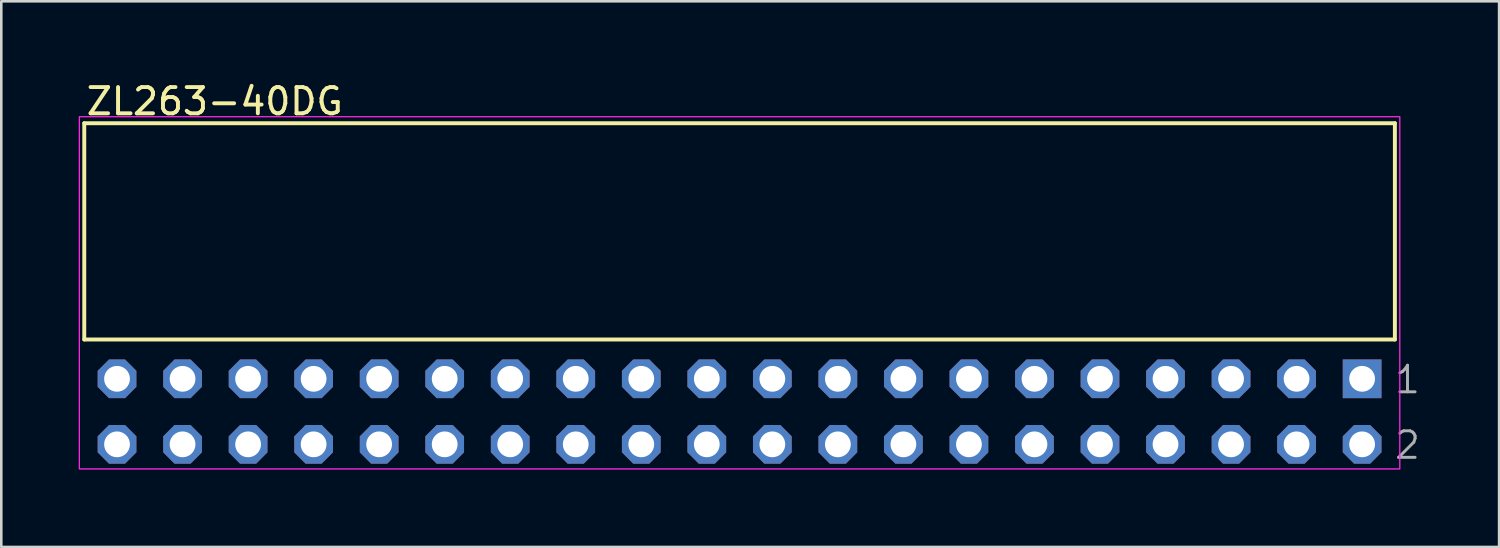
<source format=kicad_pcb>
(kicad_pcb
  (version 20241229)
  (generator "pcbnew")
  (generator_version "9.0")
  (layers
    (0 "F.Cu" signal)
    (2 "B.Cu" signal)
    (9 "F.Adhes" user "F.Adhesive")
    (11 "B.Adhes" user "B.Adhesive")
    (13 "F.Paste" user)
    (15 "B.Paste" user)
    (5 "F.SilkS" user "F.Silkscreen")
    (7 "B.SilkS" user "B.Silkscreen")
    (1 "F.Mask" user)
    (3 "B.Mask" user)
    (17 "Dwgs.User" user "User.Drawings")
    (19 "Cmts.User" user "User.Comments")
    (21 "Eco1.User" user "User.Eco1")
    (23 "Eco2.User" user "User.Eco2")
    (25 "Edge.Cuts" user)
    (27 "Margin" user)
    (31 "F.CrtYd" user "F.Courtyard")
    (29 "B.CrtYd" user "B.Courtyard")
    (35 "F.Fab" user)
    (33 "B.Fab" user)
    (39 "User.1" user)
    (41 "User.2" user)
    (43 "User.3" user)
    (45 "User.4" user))
  (footprint "ZL263-40DG"
    (layer "F.Cu")
    (at 1.486 14.173)
    (property "Reference" "ZL263-40DG" (at -1.27 -12.7 0) (layer "F.SilkS") (effects (font (size 1.016 1.016) (thickness 0.152)) (justify left bottom)))
    (attr through_hole)
    (fp_line (start -1.27 -12.446) (end -1.27 -4.064) (stroke (width 0.152) (type solid)) (layer "F.SilkS"))
    (fp_line (start -1.27 -4.064) (end 49.53 -4.064) (stroke (width 0.152) (type solid)) (layer "F.SilkS"))
    (fp_line (start 49.53 -12.446) (end -1.27 -12.446) (stroke (width 0.152) (type solid)) (layer "F.SilkS"))
    (fp_line (start 49.53 -4.064) (end 49.53 -12.446) (stroke (width 0.152) (type solid)) (layer "F.SilkS"))
    (fp_rect (start -1.46 -12.7) (end 49.721 0.953) (stroke (width 0.05) (type default)) (fill no) (layer "F.CrtYd"))
    (fp_text user "1" (at 49.454 -1.905 0) (layer "F.Fab") (effects (font (size 1.029 1.029) (thickness 0.114)) (justify left bottom)))
    (fp_text user "2" (at 49.454 0.635 0) (layer "F.Fab") (effects (font (size 1.029 1.029) (thickness 0.114)) (justify left bottom)))
    (pad "1" thru_hole rect (at 48.26 -2.54) (size 1.5 1.5) (drill 1) (layers "*.Cu" "*.Mask"))
    (pad "2" thru_hole roundrect (at 48.26 0) (size 1.5 1.5) (drill 1) (layers "*.Cu" "*.Mask") (roundrect_rratio 0.25) (chamfer_ratio 0.293) (chamfer top_left top_right bottom_left bottom_right))
    (pad "3" thru_hole roundrect (at 45.72 -2.54) (size 1.5 1.5) (drill 1) (layers "*.Cu" "*.Mask") (roundrect_rratio 0.25) (chamfer_ratio 0.293) (chamfer top_left top_right bottom_left bottom_right))
    (pad "4" thru_hole roundrect (at 45.72 0) (size 1.5 1.5) (drill 1) (layers "*.Cu" "*.Mask") (roundrect_rratio 0.25) (chamfer_ratio 0.293) (chamfer top_left top_right bottom_left bottom_right))
    (pad "5" thru_hole roundrect (at 43.18 -2.54) (size 1.5 1.5) (drill 1) (layers "*.Cu" "*.Mask") (roundrect_rratio 0.25) (chamfer_ratio 0.293) (chamfer top_left top_right bottom_left bottom_right))
    (pad "6" thru_hole roundrect (at 43.18 0) (size 1.5 1.5) (drill 1) (layers "*.Cu" "*.Mask") (roundrect_rratio 0.25) (chamfer_ratio 0.293) (chamfer top_left top_right bottom_left bottom_right))
    (pad "7" thru_hole roundrect (at 40.64 -2.54) (size 1.5 1.5) (drill 1) (layers "*.Cu" "*.Mask") (roundrect_rratio 0.25) (chamfer_ratio 0.293) (chamfer top_left top_right bottom_left bottom_right))
    (pad "8" thru_hole roundrect (at 40.64 0) (size 1.5 1.5) (drill 1) (layers "*.Cu" "*.Mask") (roundrect_rratio 0.25) (chamfer_ratio 0.293) (chamfer top_left top_right bottom_left bottom_right))
    (pad "9" thru_hole roundrect (at 38.1 -2.54) (size 1.5 1.5) (drill 1) (layers "*.Cu" "*.Mask") (roundrect_rratio 0.25) (chamfer_ratio 0.293) (chamfer top_left top_right bottom_left bottom_right))
    (pad "10" thru_hole roundrect (at 38.1 0) (size 1.5 1.5) (drill 1) (layers "*.Cu" "*.Mask") (roundrect_rratio 0.25) (chamfer_ratio 0.293) (chamfer top_left top_right bottom_left bottom_right))
    (pad "11" thru_hole roundrect (at 35.56 -2.54) (size 1.5 1.5) (drill 1) (layers "*.Cu" "*.Mask") (roundrect_rratio 0.25) (chamfer_ratio 0.293) (chamfer top_left top_right bottom_left bottom_right))
    (pad "12" thru_hole roundrect (at 35.56 0) (size 1.5 1.5) (drill 1) (layers "*.Cu" "*.Mask") (roundrect_rratio 0.25) (chamfer_ratio 0.293) (chamfer top_left top_right bottom_left bottom_right))
    (pad "13" thru_hole roundrect (at 33.02 -2.54) (size 1.5 1.5) (drill 1) (layers "*.Cu" "*.Mask") (roundrect_rratio 0.25) (chamfer_ratio 0.293) (chamfer top_left top_right bottom_left bottom_right))
    (pad "14" thru_hole roundrect (at 33.02 0) (size 1.5 1.5) (drill 1) (layers "*.Cu" "*.Mask") (roundrect_rratio 0.25) (chamfer_ratio 0.293) (chamfer top_left top_right bottom_left bottom_right))
    (pad "15" thru_hole roundrect (at 30.48 -2.54) (size 1.5 1.5) (drill 1) (layers "*.Cu" "*.Mask") (roundrect_rratio 0.25) (chamfer_ratio 0.293) (chamfer top_left top_right bottom_left bottom_right))
    (pad "16" thru_hole roundrect (at 30.48 0) (size 1.5 1.5) (drill 1) (layers "*.Cu" "*.Mask") (roundrect_rratio 0.25) (chamfer_ratio 0.293) (chamfer top_left top_right bottom_left bottom_right))
    (pad "17" thru_hole roundrect (at 27.94 -2.54) (size 1.5 1.5) (drill 1) (layers "*.Cu" "*.Mask") (roundrect_rratio 0.25) (chamfer_ratio 0.293) (chamfer top_left top_right bottom_left bottom_right))
    (pad "18" thru_hole roundrect (at 27.94 0) (size 1.5 1.5) (drill 1) (layers "*.Cu" "*.Mask") (roundrect_rratio 0.25) (chamfer_ratio 0.293) (chamfer top_left top_right bottom_left bottom_right))
    (pad "19" thru_hole roundrect (at 25.4 -2.54) (size 1.5 1.5) (drill 1) (layers "*.Cu" "*.Mask") (roundrect_rratio 0.25) (chamfer_ratio 0.293) (chamfer top_left top_right bottom_left bottom_right))
    (pad "20" thru_hole roundrect (at 25.4 0) (size 1.5 1.5) (drill 1) (layers "*.Cu" "*.Mask") (roundrect_rratio 0.25) (chamfer_ratio 0.293) (chamfer top_left top_right bottom_left bottom_right))
    (pad "21" thru_hole roundrect (at 22.86 -2.54) (size 1.5 1.5) (drill 1) (layers "*.Cu" "*.Mask") (roundrect_rratio 0.25) (chamfer_ratio 0.293) (chamfer top_left top_right bottom_left bottom_right))
    (pad "22" thru_hole roundrect (at 22.86 0) (size 1.5 1.5) (drill 1) (layers "*.Cu" "*.Mask") (roundrect_rratio 0.25) (chamfer_ratio 0.293) (chamfer top_left top_right bottom_left bottom_right))
    (pad "23" thru_hole roundrect (at 20.32 -2.54) (size 1.5 1.5) (drill 1) (layers "*.Cu" "*.Mask") (roundrect_rratio 0.25) (chamfer_ratio 0.293) (chamfer top_left top_right bottom_left bottom_right))
    (pad "24" thru_hole roundrect (at 20.32 0) (size 1.5 1.5) (drill 1) (layers "*.Cu" "*.Mask") (roundrect_rratio 0.25) (chamfer_ratio 0.293) (chamfer top_left top_right bottom_left bottom_right))
    (pad "25" thru_hole roundrect (at 17.78 -2.54) (size 1.5 1.5) (drill 1) (layers "*.Cu" "*.Mask") (roundrect_rratio 0.25) (chamfer_ratio 0.293) (chamfer top_left top_right bottom_left bottom_right))
    (pad "26" thru_hole roundrect (at 17.78 0) (size 1.5 1.5) (drill 1) (layers "*.Cu" "*.Mask") (roundrect_rratio 0.25) (chamfer_ratio 0.293) (chamfer top_left top_right bottom_left bottom_right))
    (pad "27" thru_hole roundrect (at 15.24 -2.54) (size 1.5 1.5) (drill 1) (layers "*.Cu" "*.Mask") (roundrect_rratio 0.25) (chamfer_ratio 0.293) (chamfer top_left top_right bottom_left bottom_right))
    (pad "28" thru_hole roundrect (at 15.24 0) (size 1.5 1.5) (drill 1) (layers "*.Cu" "*.Mask") (roundrect_rratio 0.25) (chamfer_ratio 0.293) (chamfer top_left top_right bottom_left bottom_right))
    (pad "29" thru_hole roundrect (at 12.7 -2.54) (size 1.5 1.5) (drill 1) (layers "*.Cu" "*.Mask") (roundrect_rratio 0.25) (chamfer_ratio 0.293) (chamfer top_left top_right bottom_left bottom_right))
    (pad "30" thru_hole roundrect (at 12.7 0) (size 1.5 1.5) (drill 1) (layers "*.Cu" "*.Mask") (roundrect_rratio 0.25) (chamfer_ratio 0.293) (chamfer top_left top_right bottom_left bottom_right))
    (pad "31" thru_hole roundrect (at 10.16 -2.54) (size 1.5 1.5) (drill 1) (layers "*.Cu" "*.Mask") (roundrect_rratio 0.25) (chamfer_ratio 0.293) (chamfer top_left top_right bottom_left bottom_right))
    (pad "32" thru_hole roundrect (at 10.16 0) (size 1.5 1.5) (drill 1) (layers "*.Cu" "*.Mask") (roundrect_rratio 0.25) (chamfer_ratio 0.293) (chamfer top_left top_right bottom_left bottom_right))
    (pad "33" thru_hole roundrect (at 7.62 -2.54) (size 1.5 1.5) (drill 1) (layers "*.Cu" "*.Mask") (roundrect_rratio 0.25) (chamfer_ratio 0.293) (chamfer top_left top_right bottom_left bottom_right))
    (pad "34" thru_hole roundrect (at 7.62 0) (size 1.5 1.5) (drill 1) (layers "*.Cu" "*.Mask") (roundrect_rratio 0.25) (chamfer_ratio 0.293) (chamfer top_left top_right bottom_left bottom_right))
    (pad "35" thru_hole roundrect (at 5.08 -2.54) (size 1.5 1.5) (drill 1) (layers "*.Cu" "*.Mask") (roundrect_rratio 0.25) (chamfer_ratio 0.293) (chamfer top_left top_right bottom_left bottom_right))
    (pad "36" thru_hole roundrect (at 5.08 0) (size 1.5 1.5) (drill 1) (layers "*.Cu" "*.Mask") (roundrect_rratio 0.25) (chamfer_ratio 0.293) (chamfer top_left top_right bottom_left bottom_right))
    (pad "37" thru_hole roundrect (at 2.54 -2.54) (size 1.5 1.5) (drill 1) (layers "*.Cu" "*.Mask") (roundrect_rratio 0.25) (chamfer_ratio 0.293) (chamfer top_left top_right bottom_left bottom_right))
    (pad "38" thru_hole roundrect (at 2.54 0) (size 1.5 1.5) (drill 1) (layers "*.Cu" "*.Mask") (roundrect_rratio 0.25) (chamfer_ratio 0.293) (chamfer top_left top_right bottom_left bottom_right))
    (pad "39" thru_hole roundrect (at 0 -2.54) (size 1.5 1.5) (drill 1) (layers "*.Cu" "*.Mask") (roundrect_rratio 0.25) (chamfer_ratio 0.293) (chamfer top_left top_right bottom_left bottom_right))
    (pad "40" thru_hole roundrect (at 0 0) (size 1.5 1.5) (drill 1) (layers "*.Cu" "*.Mask") (roundrect_rratio 0.25) (chamfer_ratio 0.293) (chamfer top_left top_right bottom_left bottom_right)))
  (gr_rect
    (start -3 -3)
    (end 55.056 18.151)
    (stroke (width 0.1) (type default))
    (fill no)
    (layer "Edge.Cuts")))
</source>
